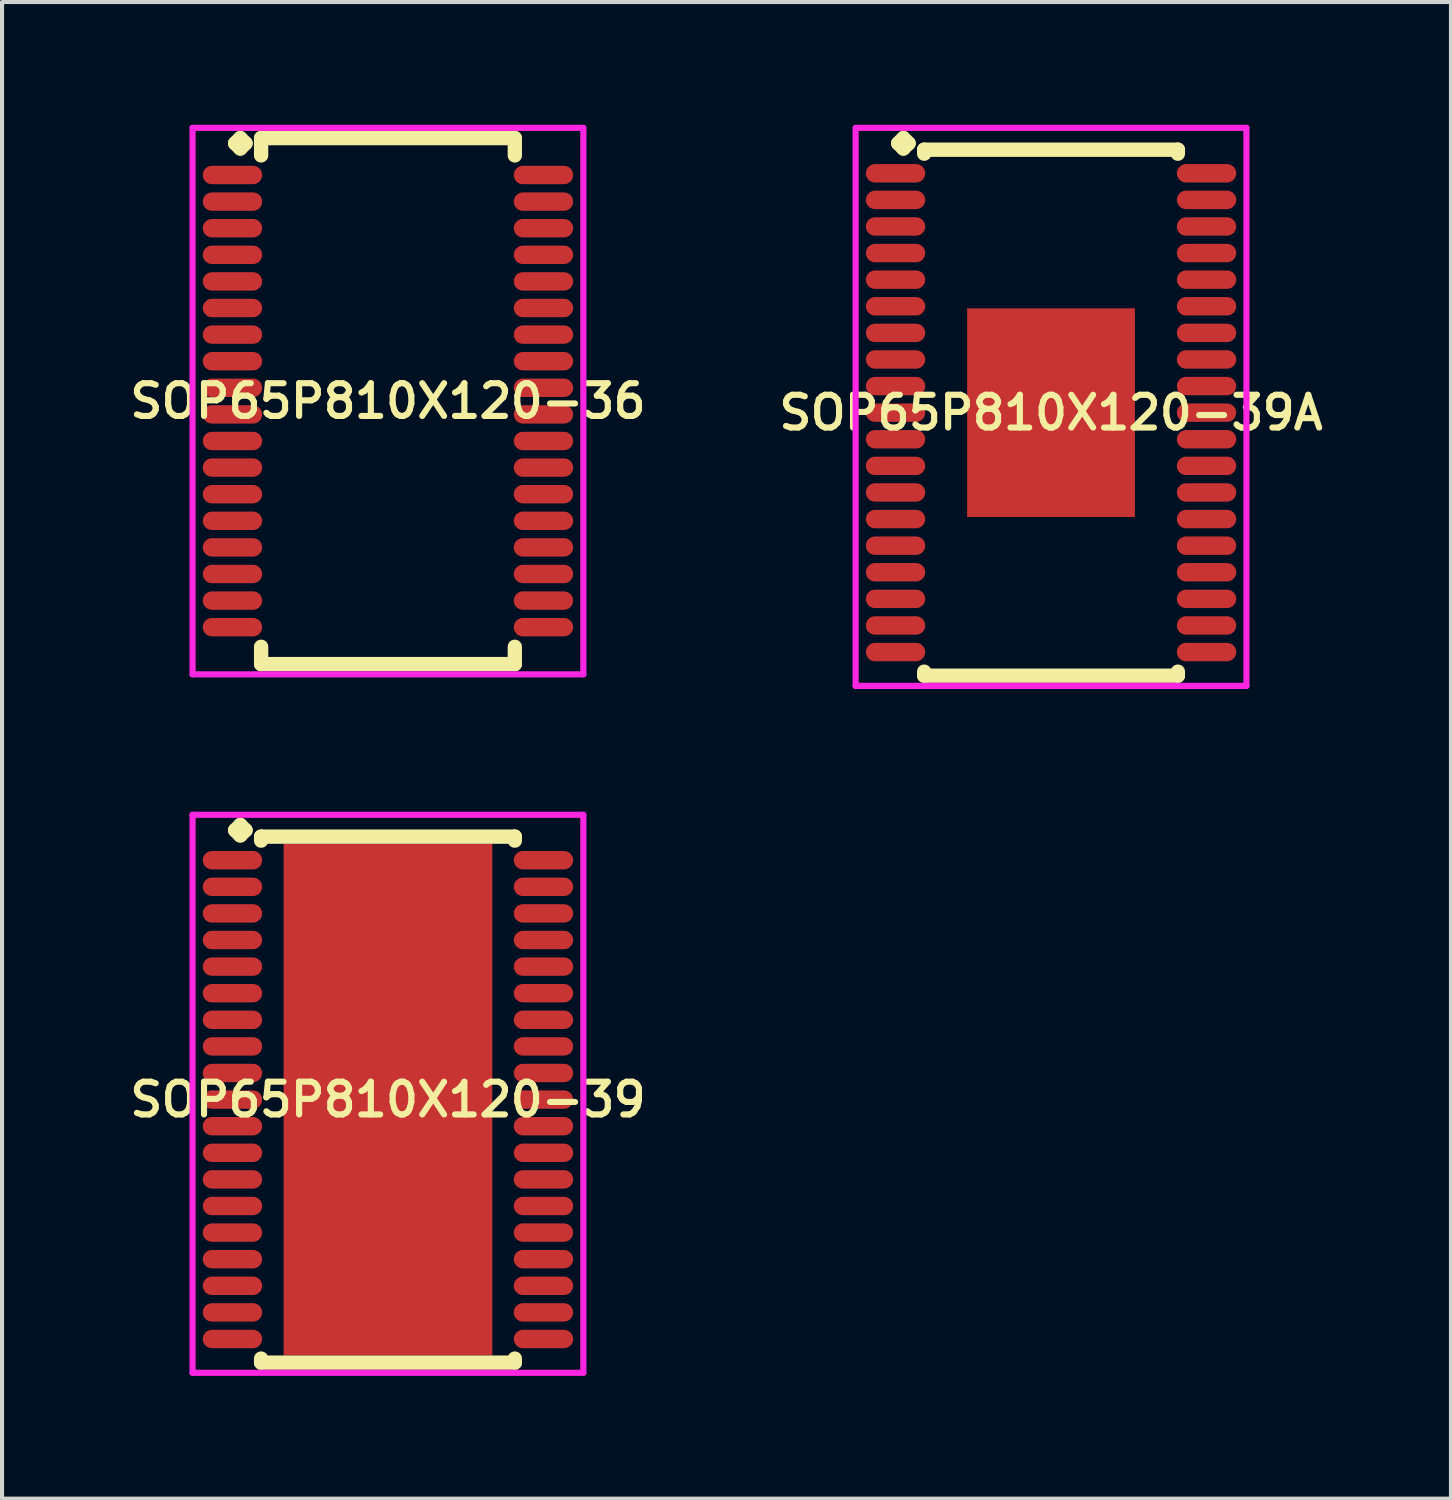
<source format=kicad_pcb>
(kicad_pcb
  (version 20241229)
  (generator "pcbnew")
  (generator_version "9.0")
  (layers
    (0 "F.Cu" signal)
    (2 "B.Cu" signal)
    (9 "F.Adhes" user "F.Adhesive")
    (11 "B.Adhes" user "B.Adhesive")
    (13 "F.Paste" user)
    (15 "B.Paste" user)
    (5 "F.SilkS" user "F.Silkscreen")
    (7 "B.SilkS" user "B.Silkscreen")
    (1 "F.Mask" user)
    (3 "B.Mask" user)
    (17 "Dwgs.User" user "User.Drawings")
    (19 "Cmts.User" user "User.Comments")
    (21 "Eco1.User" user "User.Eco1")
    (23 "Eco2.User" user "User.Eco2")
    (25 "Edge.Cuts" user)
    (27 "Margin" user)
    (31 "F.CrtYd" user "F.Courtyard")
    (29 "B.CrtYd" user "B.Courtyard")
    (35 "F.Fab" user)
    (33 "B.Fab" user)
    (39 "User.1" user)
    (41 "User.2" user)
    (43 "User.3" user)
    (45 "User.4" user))
  (footprint "SOP65P810X120-39"
    (layer "F.Cu")
    (at 6.431 23.822)
    (property "Reference" "SOP65P810X120-39" (at 0 0 0) (layer "F.SilkS") (effects (font (size 0.8 0.8) (thickness 0.15))))
    (attr smd)
    (fp_line (start -3.735 -6.583) (end -3.608 -6.71) (stroke (width 0.35) (type solid)) (layer "F.SilkS"))
    (fp_line (start -3.608 -6.71) (end -3.481 -6.583) (stroke (width 0.35) (type solid)) (layer "F.SilkS"))
    (fp_line (start -3.608 -6.456) (end -3.735 -6.583) (stroke (width 0.35) (type solid)) (layer "F.SilkS"))
    (fp_line (start -3.481 -6.583) (end -3.608 -6.456) (stroke (width 0.35) (type solid)) (layer "F.SilkS"))
    (fp_line (start -3.1 -6.427) (end 3.1 -6.427) (stroke (width 0.35) (type solid)) (layer "F.SilkS"))
    (fp_line (start -3.1 -6.329) (end -3.1 -6.427) (stroke (width 0.35) (type solid)) (layer "F.SilkS"))
    (fp_line (start -3.1 6.329) (end -3.1 6.427) (stroke (width 0.35) (type solid)) (layer "F.SilkS"))
    (fp_line (start -3.1 6.427) (end 3.1 6.427) (stroke (width 0.35) (type solid)) (layer "F.SilkS"))
    (fp_line (start 3.1 -6.427) (end 3.1 -6.329) (stroke (width 0.35) (type solid)) (layer "F.SilkS"))
    (fp_line (start 3.1 6.427) (end 3.1 6.329) (stroke (width 0.35) (type solid)) (layer "F.SilkS"))
    (fp_line (start -4.775 -6.96) (end 4.775 -6.96) (stroke (width 0.15) (type solid)) (layer "F.CrtYd"))
    (fp_line (start -4.775 6.677) (end -4.775 -6.96) (stroke (width 0.15) (type solid)) (layer "F.CrtYd"))
    (fp_line (start 4.775 -6.96) (end 4.775 6.677) (stroke (width 0.15) (type solid)) (layer "F.CrtYd"))
    (fp_line (start 4.775 6.677) (end -4.775 6.677) (stroke (width 0.15) (type solid)) (layer "F.CrtYd"))
    (pad "1" smd oval (at -3.8 -5.85) (size 1.45 0.45) (layers "F.Cu" "F.Mask" "F.Paste"))
    (pad "2" smd oval (at -3.8 -5.2) (size 1.45 0.45) (layers "F.Cu" "F.Mask" "F.Paste"))
    (pad "3" smd oval (at -3.8 -4.55) (size 1.45 0.45) (layers "F.Cu" "F.Mask" "F.Paste"))
    (pad "4" smd oval (at -3.8 -3.9) (size 1.45 0.45) (layers "F.Cu" "F.Mask" "F.Paste"))
    (pad "5" smd oval (at -3.8 -3.25) (size 1.45 0.45) (layers "F.Cu" "F.Mask" "F.Paste"))
    (pad "6" smd oval (at -3.8 -2.6) (size 1.45 0.45) (layers "F.Cu" "F.Mask" "F.Paste"))
    (pad "7" smd oval (at -3.8 -1.95) (size 1.45 0.45) (layers "F.Cu" "F.Mask" "F.Paste"))
    (pad "8" smd oval (at -3.8 -1.3) (size 1.45 0.45) (layers "F.Cu" "F.Mask" "F.Paste"))
    (pad "9" smd oval (at -3.8 -0.65) (size 1.45 0.45) (layers "F.Cu" "F.Mask" "F.Paste"))
    (pad "10" smd oval (at -3.8 0) (size 1.45 0.45) (layers "F.Cu" "F.Mask" "F.Paste"))
    (pad "11" smd oval (at -3.8 0.65) (size 1.45 0.45) (layers "F.Cu" "F.Mask" "F.Paste"))
    (pad "12" smd oval (at -3.8 1.3) (size 1.45 0.45) (layers "F.Cu" "F.Mask" "F.Paste"))
    (pad "13" smd oval (at -3.8 1.95) (size 1.45 0.45) (layers "F.Cu" "F.Mask" "F.Paste"))
    (pad "14" smd oval (at -3.8 2.6) (size 1.45 0.45) (layers "F.Cu" "F.Mask" "F.Paste"))
    (pad "15" smd oval (at -3.8 3.25) (size 1.45 0.45) (layers "F.Cu" "F.Mask" "F.Paste"))
    (pad "16" smd oval (at -3.8 3.9) (size 1.45 0.45) (layers "F.Cu" "F.Mask" "F.Paste"))
    (pad "17" smd oval (at -3.8 4.55) (size 1.45 0.45) (layers "F.Cu" "F.Mask" "F.Paste"))
    (pad "18" smd oval (at -3.8 5.2) (size 1.45 0.45) (layers "F.Cu" "F.Mask" "F.Paste"))
    (pad "19" smd oval (at -3.8 5.85) (size 1.45 0.45) (layers "F.Cu" "F.Mask" "F.Paste"))
    (pad "20" smd oval (at 3.8 5.85) (size 1.45 0.45) (layers "F.Cu" "F.Mask" "F.Paste"))
    (pad "21" smd oval (at 3.8 5.2) (size 1.45 0.45) (layers "F.Cu" "F.Mask" "F.Paste"))
    (pad "22" smd oval (at 3.8 4.55) (size 1.45 0.45) (layers "F.Cu" "F.Mask" "F.Paste"))
    (pad "23" smd oval (at 3.8 3.9) (size 1.45 0.45) (layers "F.Cu" "F.Mask" "F.Paste"))
    (pad "24" smd oval (at 3.8 3.25) (size 1.45 0.45) (layers "F.Cu" "F.Mask" "F.Paste"))
    (pad "25" smd oval (at 3.8 2.6) (size 1.45 0.45) (layers "F.Cu" "F.Mask" "F.Paste"))
    (pad "26" smd oval (at 3.8 1.95) (size 1.45 0.45) (layers "F.Cu" "F.Mask" "F.Paste"))
    (pad "27" smd oval (at 3.8 1.3) (size 1.45 0.45) (layers "F.Cu" "F.Mask" "F.Paste"))
    (pad "28" smd oval (at 3.8 0.65) (size 1.45 0.45) (layers "F.Cu" "F.Mask" "F.Paste"))
    (pad "29" smd oval (at 3.8 0) (size 1.45 0.45) (layers "F.Cu" "F.Mask" "F.Paste"))
    (pad "30" smd oval (at 3.8 -0.65) (size 1.45 0.45) (layers "F.Cu" "F.Mask" "F.Paste"))
    (pad "31" smd oval (at 3.8 -1.3) (size 1.45 0.45) (layers "F.Cu" "F.Mask" "F.Paste"))
    (pad "32" smd oval (at 3.8 -1.95) (size 1.45 0.45) (layers "F.Cu" "F.Mask" "F.Paste"))
    (pad "33" smd oval (at 3.8 -2.6) (size 1.45 0.45) (layers "F.Cu" "F.Mask" "F.Paste"))
    (pad "34" smd oval (at 3.8 -3.25) (size 1.45 0.45) (layers "F.Cu" "F.Mask" "F.Paste"))
    (pad "35" smd oval (at 3.8 -3.9) (size 1.45 0.45) (layers "F.Cu" "F.Mask" "F.Paste"))
    (pad "36" smd oval (at 3.8 -4.55) (size 1.45 0.45) (layers "F.Cu" "F.Mask" "F.Paste"))
    (pad "37" smd oval (at 3.8 -5.2) (size 1.45 0.45) (layers "F.Cu" "F.Mask" "F.Paste"))
    (pad "38" smd oval (at 3.8 -5.85) (size 1.45 0.45) (layers "F.Cu" "F.Mask" "F.Paste"))
    (pad "39" smd rect (at 0 0) (size 5.1 12.5) (layers "F.Cu" "F.Mask" "F.Paste")))
  (footprint "SOP65P810X120-39A"
    (layer "F.Cu")
    (at 22.635 7.035)
    (property "Reference" "SOP65P810X120-39A" (at 0 0 0) (layer "F.SilkS") (effects (font (size 0.8 0.8) (thickness 0.15))))
    (attr smd)
    (fp_line (start -3.735 -6.583) (end -3.608 -6.71) (stroke (width 0.35) (type solid)) (layer "F.SilkS"))
    (fp_line (start -3.608 -6.71) (end -3.481 -6.583) (stroke (width 0.35) (type solid)) (layer "F.SilkS"))
    (fp_line (start -3.608 -6.456) (end -3.735 -6.583) (stroke (width 0.35) (type solid)) (layer "F.SilkS"))
    (fp_line (start -3.481 -6.583) (end -3.608 -6.456) (stroke (width 0.35) (type solid)) (layer "F.SilkS"))
    (fp_line (start -3.1 -6.427) (end 3.1 -6.427) (stroke (width 0.35) (type solid)) (layer "F.SilkS"))
    (fp_line (start -3.1 -6.329) (end -3.1 -6.427) (stroke (width 0.35) (type solid)) (layer "F.SilkS"))
    (fp_line (start -3.1 6.329) (end -3.1 6.427) (stroke (width 0.35) (type solid)) (layer "F.SilkS"))
    (fp_line (start -3.1 6.427) (end 3.1 6.427) (stroke (width 0.35) (type solid)) (layer "F.SilkS"))
    (fp_line (start 3.1 -6.427) (end 3.1 -6.329) (stroke (width 0.35) (type solid)) (layer "F.SilkS"))
    (fp_line (start 3.1 6.427) (end 3.1 6.329) (stroke (width 0.35) (type solid)) (layer "F.SilkS"))
    (fp_line (start -4.775 -6.96) (end 4.775 -6.96) (stroke (width 0.15) (type solid)) (layer "F.CrtYd"))
    (fp_line (start -4.775 6.677) (end -4.775 -6.96) (stroke (width 0.15) (type solid)) (layer "F.CrtYd"))
    (fp_line (start 4.775 -6.96) (end 4.775 6.677) (stroke (width 0.15) (type solid)) (layer "F.CrtYd"))
    (fp_line (start 4.775 6.677) (end -4.775 6.677) (stroke (width 0.15) (type solid)) (layer "F.CrtYd"))
    (pad "1" smd oval (at -3.8 -5.85) (size 1.45 0.45) (layers "F.Cu" "F.Mask" "F.Paste"))
    (pad "2" smd oval (at -3.8 -5.2) (size 1.45 0.45) (layers "F.Cu" "F.Mask" "F.Paste"))
    (pad "3" smd oval (at -3.8 -4.55) (size 1.45 0.45) (layers "F.Cu" "F.Mask" "F.Paste"))
    (pad "4" smd oval (at -3.8 -3.9) (size 1.45 0.45) (layers "F.Cu" "F.Mask" "F.Paste"))
    (pad "5" smd oval (at -3.8 -3.25) (size 1.45 0.45) (layers "F.Cu" "F.Mask" "F.Paste"))
    (pad "6" smd oval (at -3.8 -2.6) (size 1.45 0.45) (layers "F.Cu" "F.Mask" "F.Paste"))
    (pad "7" smd oval (at -3.8 -1.95) (size 1.45 0.45) (layers "F.Cu" "F.Mask" "F.Paste"))
    (pad "8" smd oval (at -3.8 -1.3) (size 1.45 0.45) (layers "F.Cu" "F.Mask" "F.Paste"))
    (pad "9" smd oval (at -3.8 -0.65) (size 1.45 0.45) (layers "F.Cu" "F.Mask" "F.Paste"))
    (pad "10" smd oval (at -3.8 0) (size 1.45 0.45) (layers "F.Cu" "F.Mask" "F.Paste"))
    (pad "11" smd oval (at -3.8 0.65) (size 1.45 0.45) (layers "F.Cu" "F.Mask" "F.Paste"))
    (pad "12" smd oval (at -3.8 1.3) (size 1.45 0.45) (layers "F.Cu" "F.Mask" "F.Paste"))
    (pad "13" smd oval (at -3.8 1.95) (size 1.45 0.45) (layers "F.Cu" "F.Mask" "F.Paste"))
    (pad "14" smd oval (at -3.8 2.6) (size 1.45 0.45) (layers "F.Cu" "F.Mask" "F.Paste"))
    (pad "15" smd oval (at -3.8 3.25) (size 1.45 0.45) (layers "F.Cu" "F.Mask" "F.Paste"))
    (pad "16" smd oval (at -3.8 3.9) (size 1.45 0.45) (layers "F.Cu" "F.Mask" "F.Paste"))
    (pad "17" smd oval (at -3.8 4.55) (size 1.45 0.45) (layers "F.Cu" "F.Mask" "F.Paste"))
    (pad "18" smd oval (at -3.8 5.2) (size 1.45 0.45) (layers "F.Cu" "F.Mask" "F.Paste"))
    (pad "19" smd oval (at -3.8 5.85) (size 1.45 0.45) (layers "F.Cu" "F.Mask" "F.Paste"))
    (pad "20" smd oval (at 3.8 5.85) (size 1.45 0.45) (layers "F.Cu" "F.Mask" "F.Paste"))
    (pad "21" smd oval (at 3.8 5.2) (size 1.45 0.45) (layers "F.Cu" "F.Mask" "F.Paste"))
    (pad "22" smd oval (at 3.8 4.55) (size 1.45 0.45) (layers "F.Cu" "F.Mask" "F.Paste"))
    (pad "23" smd oval (at 3.8 3.9) (size 1.45 0.45) (layers "F.Cu" "F.Mask" "F.Paste"))
    (pad "24" smd oval (at 3.8 3.25) (size 1.45 0.45) (layers "F.Cu" "F.Mask" "F.Paste"))
    (pad "25" smd oval (at 3.8 2.6) (size 1.45 0.45) (layers "F.Cu" "F.Mask" "F.Paste"))
    (pad "26" smd oval (at 3.8 1.95) (size 1.45 0.45) (layers "F.Cu" "F.Mask" "F.Paste"))
    (pad "27" smd oval (at 3.8 1.3) (size 1.45 0.45) (layers "F.Cu" "F.Mask" "F.Paste"))
    (pad "28" smd oval (at 3.8 0.65) (size 1.45 0.45) (layers "F.Cu" "F.Mask" "F.Paste"))
    (pad "29" smd oval (at 3.8 0) (size 1.45 0.45) (layers "F.Cu" "F.Mask" "F.Paste"))
    (pad "30" smd oval (at 3.8 -0.65) (size 1.45 0.45) (layers "F.Cu" "F.Mask" "F.Paste"))
    (pad "31" smd oval (at 3.8 -1.3) (size 1.45 0.45) (layers "F.Cu" "F.Mask" "F.Paste"))
    (pad "32" smd oval (at 3.8 -1.95) (size 1.45 0.45) (layers "F.Cu" "F.Mask" "F.Paste"))
    (pad "33" smd oval (at 3.8 -2.6) (size 1.45 0.45) (layers "F.Cu" "F.Mask" "F.Paste"))
    (pad "34" smd oval (at 3.8 -3.25) (size 1.45 0.45) (layers "F.Cu" "F.Mask" "F.Paste"))
    (pad "35" smd oval (at 3.8 -3.9) (size 1.45 0.45) (layers "F.Cu" "F.Mask" "F.Paste"))
    (pad "36" smd oval (at 3.8 -4.55) (size 1.45 0.45) (layers "F.Cu" "F.Mask" "F.Paste"))
    (pad "37" smd oval (at 3.8 -5.2) (size 1.45 0.45) (layers "F.Cu" "F.Mask" "F.Paste"))
    (pad "38" smd oval (at 3.8 -5.85) (size 1.45 0.45) (layers "F.Cu" "F.Mask" "F.Paste"))
    (pad "39" smd rect (at 0 0) (size 4.1 5.1) (layers "F.Cu" "F.Mask" "F.Paste")))
  (footprint "SOP65P810X120-36"
    (layer "F.Cu")
    (at 6.431 6.752)
    (property "Reference" "SOP65P810X120-36" (at 0 0 0) (layer "F.SilkS") (effects (font (size 0.8 0.8) (thickness 0.15))))
    (attr smd)
    (fp_line (start -3.735 -6.3) (end -3.608 -6.427) (stroke (width 0.35) (type solid)) (layer "F.SilkS"))
    (fp_line (start -3.608 -6.427) (end -3.481 -6.3) (stroke (width 0.35) (type solid)) (layer "F.SilkS"))
    (fp_line (start -3.608 -6.173) (end -3.735 -6.3) (stroke (width 0.35) (type solid)) (layer "F.SilkS"))
    (fp_line (start -3.481 -6.3) (end -3.608 -6.173) (stroke (width 0.35) (type solid)) (layer "F.SilkS"))
    (fp_line (start -3.1 -6.427) (end 3.1 -6.427) (stroke (width 0.35) (type solid)) (layer "F.SilkS"))
    (fp_line (start -3.1 -6.004) (end -3.1 -6.427) (stroke (width 0.35) (type solid)) (layer "F.SilkS"))
    (fp_line (start -3.1 6.004) (end -3.1 6.427) (stroke (width 0.35) (type solid)) (layer "F.SilkS"))
    (fp_line (start -3.1 6.427) (end 3.1 6.427) (stroke (width 0.35) (type solid)) (layer "F.SilkS"))
    (fp_line (start 3.1 -6.427) (end 3.1 -6.004) (stroke (width 0.35) (type solid)) (layer "F.SilkS"))
    (fp_line (start 3.1 6.427) (end 3.1 6.004) (stroke (width 0.35) (type solid)) (layer "F.SilkS"))
    (fp_line (start -4.775 -6.677) (end 4.775 -6.677) (stroke (width 0.15) (type solid)) (layer "F.CrtYd"))
    (fp_line (start -4.775 6.677) (end -4.775 -6.677) (stroke (width 0.15) (type solid)) (layer "F.CrtYd"))
    (fp_line (start 4.775 -6.677) (end 4.775 6.677) (stroke (width 0.15) (type solid)) (layer "F.CrtYd"))
    (fp_line (start 4.775 6.677) (end -4.775 6.677) (stroke (width 0.15) (type solid)) (layer "F.CrtYd"))
    (pad "1" smd oval (at -3.8 -5.525) (size 1.45 0.45) (layers "F.Cu" "F.Mask" "F.Paste"))
    (pad "2" smd oval (at -3.8 -4.875) (size 1.45 0.45) (layers "F.Cu" "F.Mask" "F.Paste"))
    (pad "3" smd oval (at -3.8 -4.225) (size 1.45 0.45) (layers "F.Cu" "F.Mask" "F.Paste"))
    (pad "4" smd oval (at -3.8 -3.575) (size 1.45 0.45) (layers "F.Cu" "F.Mask" "F.Paste"))
    (pad "5" smd oval (at -3.8 -2.925) (size 1.45 0.45) (layers "F.Cu" "F.Mask" "F.Paste"))
    (pad "6" smd oval (at -3.8 -2.275) (size 1.45 0.45) (layers "F.Cu" "F.Mask" "F.Paste"))
    (pad "7" smd oval (at -3.8 -1.625) (size 1.45 0.45) (layers "F.Cu" "F.Mask" "F.Paste"))
    (pad "8" smd oval (at -3.8 -0.975) (size 1.45 0.45) (layers "F.Cu" "F.Mask" "F.Paste"))
    (pad "9" smd oval (at -3.8 -0.325) (size 1.45 0.45) (layers "F.Cu" "F.Mask" "F.Paste"))
    (pad "10" smd oval (at -3.8 0.325) (size 1.45 0.45) (layers "F.Cu" "F.Mask" "F.Paste"))
    (pad "11" smd oval (at -3.8 0.975) (size 1.45 0.45) (layers "F.Cu" "F.Mask" "F.Paste"))
    (pad "12" smd oval (at -3.8 1.625) (size 1.45 0.45) (layers "F.Cu" "F.Mask" "F.Paste"))
    (pad "13" smd oval (at -3.8 2.275) (size 1.45 0.45) (layers "F.Cu" "F.Mask" "F.Paste"))
    (pad "14" smd oval (at -3.8 2.925) (size 1.45 0.45) (layers "F.Cu" "F.Mask" "F.Paste"))
    (pad "15" smd oval (at -3.8 3.575) (size 1.45 0.45) (layers "F.Cu" "F.Mask" "F.Paste"))
    (pad "16" smd oval (at -3.8 4.225) (size 1.45 0.45) (layers "F.Cu" "F.Mask" "F.Paste"))
    (pad "17" smd oval (at -3.8 4.875) (size 1.45 0.45) (layers "F.Cu" "F.Mask" "F.Paste"))
    (pad "18" smd oval (at -3.8 5.525) (size 1.45 0.45) (layers "F.Cu" "F.Mask" "F.Paste"))
    (pad "19" smd oval (at 3.8 5.525) (size 1.45 0.45) (layers "F.Cu" "F.Mask" "F.Paste"))
    (pad "20" smd oval (at 3.8 4.875) (size 1.45 0.45) (layers "F.Cu" "F.Mask" "F.Paste"))
    (pad "21" smd oval (at 3.8 4.225) (size 1.45 0.45) (layers "F.Cu" "F.Mask" "F.Paste"))
    (pad "22" smd oval (at 3.8 3.575) (size 1.45 0.45) (layers "F.Cu" "F.Mask" "F.Paste"))
    (pad "23" smd oval (at 3.8 2.925) (size 1.45 0.45) (layers "F.Cu" "F.Mask" "F.Paste"))
    (pad "24" smd oval (at 3.8 2.275) (size 1.45 0.45) (layers "F.Cu" "F.Mask" "F.Paste"))
    (pad "25" smd oval (at 3.8 1.625) (size 1.45 0.45) (layers "F.Cu" "F.Mask" "F.Paste"))
    (pad "26" smd oval (at 3.8 0.975) (size 1.45 0.45) (layers "F.Cu" "F.Mask" "F.Paste"))
    (pad "27" smd oval (at 3.8 0.325) (size 1.45 0.45) (layers "F.Cu" "F.Mask" "F.Paste"))
    (pad "28" smd oval (at 3.8 -0.325) (size 1.45 0.45) (layers "F.Cu" "F.Mask" "F.Paste"))
    (pad "29" smd oval (at 3.8 -0.975) (size 1.45 0.45) (layers "F.Cu" "F.Mask" "F.Paste"))
    (pad "30" smd oval (at 3.8 -1.625) (size 1.45 0.45) (layers "F.Cu" "F.Mask" "F.Paste"))
    (pad "31" smd oval (at 3.8 -2.275) (size 1.45 0.45) (layers "F.Cu" "F.Mask" "F.Paste"))
    (pad "32" smd oval (at 3.8 -2.925) (size 1.45 0.45) (layers "F.Cu" "F.Mask" "F.Paste"))
    (pad "33" smd oval (at 3.8 -3.575) (size 1.45 0.45) (layers "F.Cu" "F.Mask" "F.Paste"))
    (pad "34" smd oval (at 3.8 -4.225) (size 1.45 0.45) (layers "F.Cu" "F.Mask" "F.Paste"))
    (pad "35" smd oval (at 3.8 -4.875) (size 1.45 0.45) (layers "F.Cu" "F.Mask" "F.Paste"))
    (pad "36" smd oval (at 3.8 -5.525) (size 1.45 0.45) (layers "F.Cu" "F.Mask" "F.Paste")))
  (gr_rect
    (start -3 -3)
    (end 32.409 33.574)
    (stroke (width 0.1) (type default))
    (fill no)
    (layer "Edge.Cuts")))
</source>
